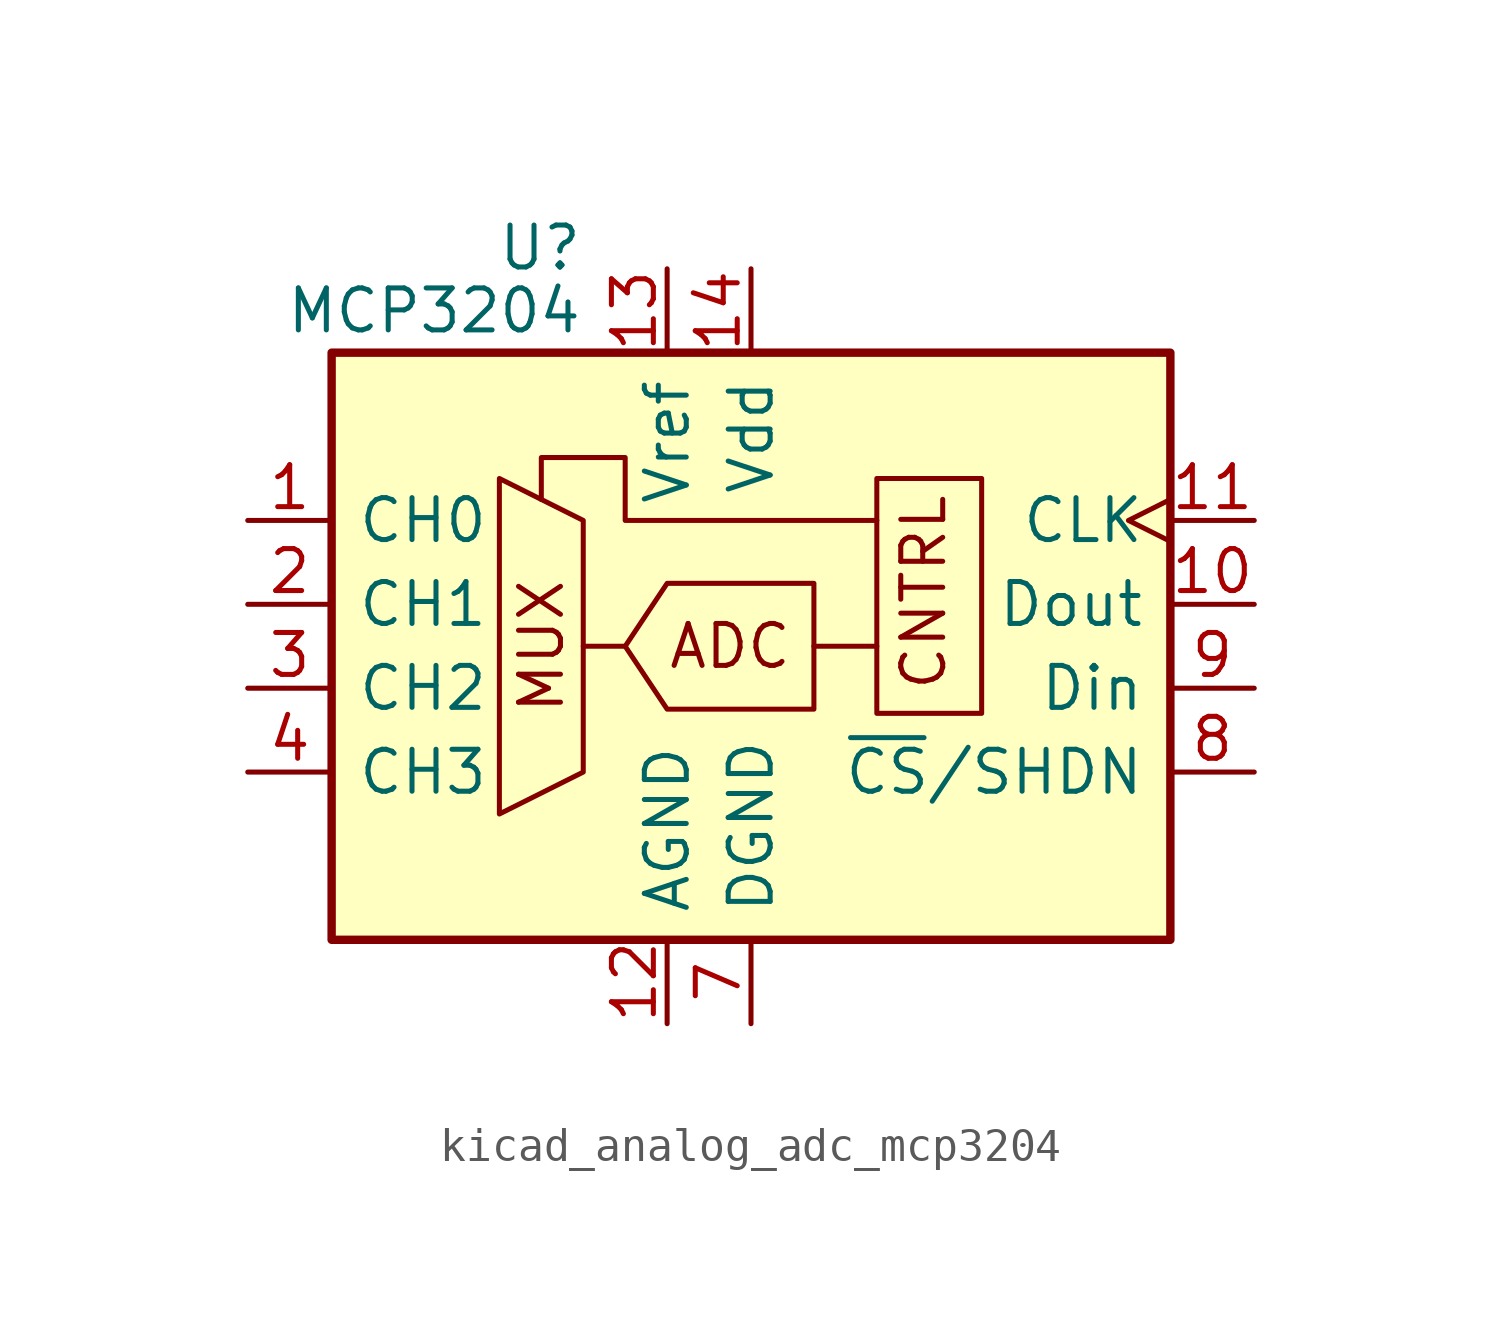
<source format=kicad_sym>
(kicad_symbol_lib
  (version 20220914)
  (generator kicad_symbol_editor)
  (symbol "kicad_analog_adc_mcp3204"
    (pin_names
      (offset 0.762))
    (property "Reference" "U"
      (at -5.08 10.795 0)
      (effects (font (size 1.27 1.27)) (justify right)))
    (property "Value" "MCP3204"
      (at -5.08 8.89 0)
      (effects (font (size 1.27 1.27)) (justify right)))
    (symbol "kicad_analog_adc_mcp3204_0_0"
      (text "ADC" (at -0.635 -1.27 0) (effects (font (size 1.27 1.27))))
      (text "CNTRL" (at 5.969 -2.667 900) (effects (font (size 1.27 1.27)) (justify left bottom)))
      (text "MUX" (at -6.35 -1.27 900) (effects (font (size 1.27 1.27)))))
    (symbol "kicad_analog_adc_mcp3204_0_1"
      (polyline (pts (xy -5.08 -1.27) (xy -3.81 -1.27)) (stroke (width 0) (type default)) (fill (type none)))
      (polyline (pts (xy 1.905 -1.27) (xy 3.81 -1.27)) (stroke (width 0) (type default)) (fill (type none)))
      (polyline (pts (xy -7.62 3.81) (xy -7.62 -6.35) (xy -5.08 -5.08) (xy -5.08 2.54) (xy -7.62 3.81)) (stroke (width 0) (type default)) (fill (type none)))
      (polyline (pts (xy 3.81 2.54) (xy -3.81 2.54) (xy -3.81 4.445) (xy -6.35 4.445) (xy -6.35 3.175)) (stroke (width 0) (type default)) (fill (type none)))
      (polyline (pts (xy -3.81 -1.27) (xy -2.54 0.635) (xy 1.905 0.635) (xy 1.905 -3.175) (xy -2.54 -3.175) (xy -3.81 -1.27)) (stroke (width 0) (type default)) (fill (type none)))
      (rectangle (start 3.81 -3.302) (end 6.985 3.81) (stroke (width 0) (type default)) (fill (type none)))
      (rectangle (start 12.7 7.62) (end -12.7 -10.16) (stroke (width 0.254) (type default)) (fill (type background))))
    (symbol "kicad_analog_adc_mcp3204_1_1"
      (pin input line (at -15.24 2.54 0) (length 2.54) (name "CH0" (effects (font (size 1.27 1.27)))) (number "1" (effects (font (size 1.27 1.27)))))
      (pin output line (at 15.24 0 180) (length 2.54) (name "Dout" (effects (font (size 1.27 1.27)))) (number "10" (effects (font (size 1.27 1.27)))))
      (pin input clock (at 15.24 2.54 180) (length 2.54) (name "CLK" (effects (font (size 1.27 1.27)))) (number "11" (effects (font (size 1.27 1.27)))))
      (pin power_in line (at -2.54 -12.7 90) (length 2.54) (name "AGND" (effects (font (size 1.27 1.27)))) (number "12" (effects (font (size 1.27 1.27)))))
      (pin power_in line (at -2.54 10.16 270) (length 2.54) (name "Vref" (effects (font (size 1.27 1.27)))) (number "13" (effects (font (size 1.27 1.27)))))
      (pin power_in line (at 0 10.16 270) (length 2.54) (name "Vdd" (effects (font (size 1.27 1.27)))) (number "14" (effects (font (size 1.27 1.27)))))
      (pin input line (at -15.24 0 0) (length 2.54) (name "CH1" (effects (font (size 1.27 1.27)))) (number "2" (effects (font (size 1.27 1.27)))))
      (pin input line (at -15.24 -2.54 0) (length 2.54) (name "CH2" (effects (font (size 1.27 1.27)))) (number "3" (effects (font (size 1.27 1.27)))))
      (pin input line (at -15.24 -5.08 0) (length 2.54) (name "CH3" (effects (font (size 1.27 1.27)))) (number "4" (effects (font (size 1.27 1.27)))))
      (pin no_connect line (at -10.16 -10.16 90) (length 2.54) hide (name "NC" (effects (font (size 1.27 1.27)))) (number "5" (effects (font (size 1.27 1.27)))))
      (pin no_connect line (at -7.62 -10.16 90) (length 2.54) hide (name "NC" (effects (font (size 1.27 1.27)))) (number "6" (effects (font (size 1.27 1.27)))))
      (pin power_in line (at 0 -12.7 90) (length 2.54) (name "DGND" (effects (font (size 1.27 1.27)))) (number "7" (effects (font (size 1.27 1.27)))))
      (pin input line (at 15.24 -5.08 180) (length 2.54) (name "~{CS}/SHDN" (effects (font (size 1.27 1.27)))) (number "8" (effects (font (size 1.27 1.27)))))
      (pin input line (at 15.24 -2.54 180) (length 2.54) (name "Din" (effects (font (size 1.27 1.27)))) (number "9" (effects (font (size 1.27 1.27))))))))
</source>
